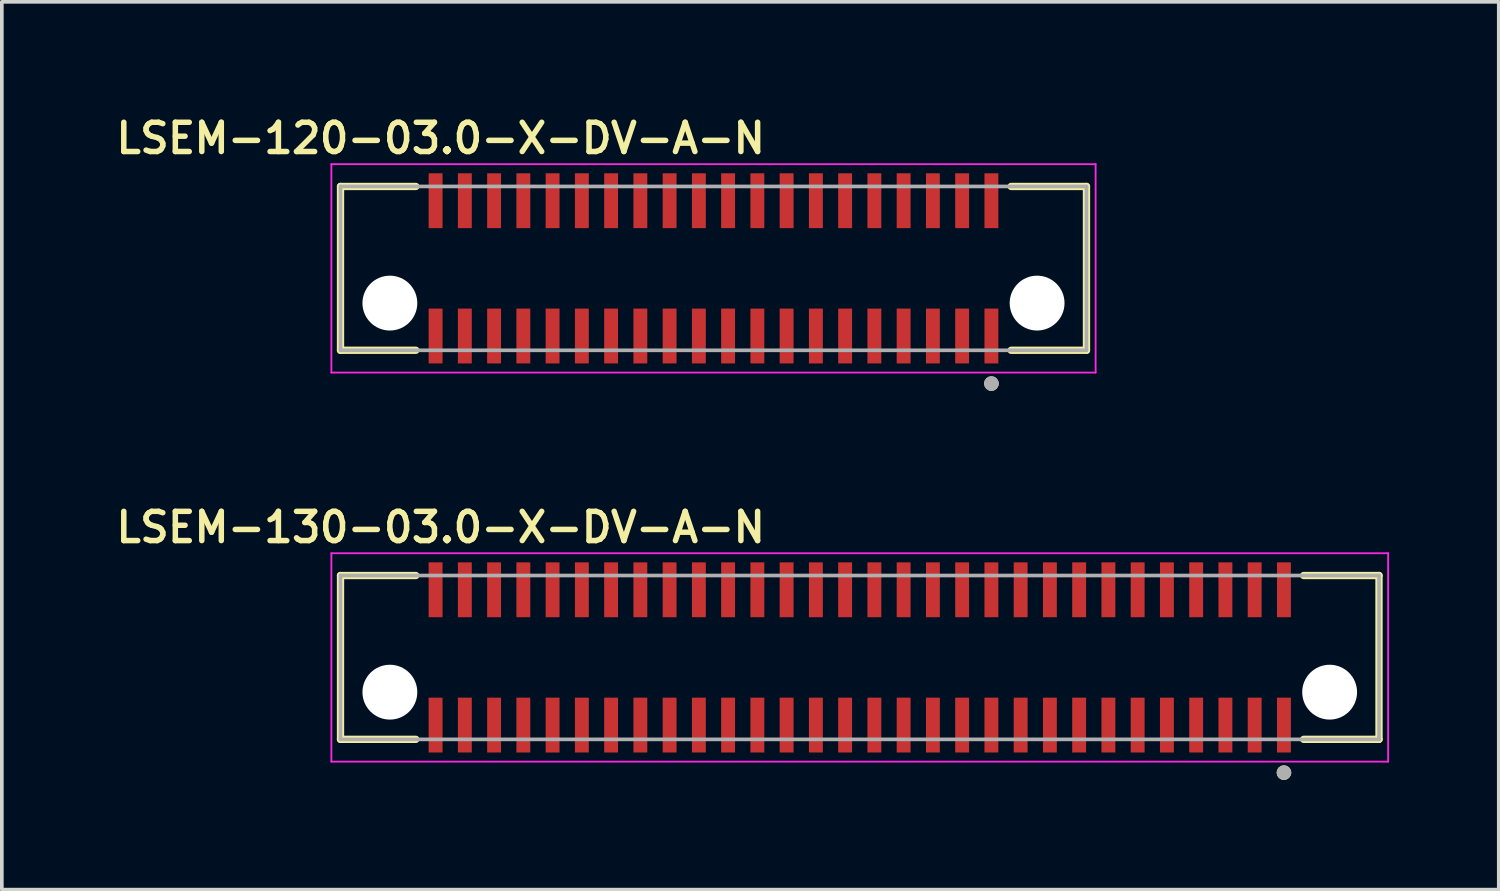
<source format=kicad_pcb>
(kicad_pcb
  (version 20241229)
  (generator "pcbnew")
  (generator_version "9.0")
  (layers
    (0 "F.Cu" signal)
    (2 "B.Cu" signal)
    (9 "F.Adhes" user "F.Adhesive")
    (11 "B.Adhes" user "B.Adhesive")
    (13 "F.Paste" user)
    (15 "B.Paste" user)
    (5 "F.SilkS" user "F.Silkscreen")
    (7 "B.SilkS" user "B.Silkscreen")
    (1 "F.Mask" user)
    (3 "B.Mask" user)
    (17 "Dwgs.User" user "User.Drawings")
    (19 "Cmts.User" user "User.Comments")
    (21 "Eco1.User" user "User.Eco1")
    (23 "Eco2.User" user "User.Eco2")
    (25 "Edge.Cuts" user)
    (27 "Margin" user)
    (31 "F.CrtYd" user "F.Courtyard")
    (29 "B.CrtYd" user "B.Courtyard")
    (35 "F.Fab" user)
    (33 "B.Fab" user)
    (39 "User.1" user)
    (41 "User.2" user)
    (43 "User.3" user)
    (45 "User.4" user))
  (footprint "LSEM-130-03.0-X-DV-A-N"
    (layer "F.Cu")
    (at 20.462 15.879)
    (property "Reference" "LSEM-130-03.0-X-DV-A-N" (at -11.46 -4.508 0) (layer "F.SilkS") (effects (font (size 0.8 0.8) (thickness 0.15))))
    (attr smd)
    (fp_line (start -14.2 -3.19) (end -14.2 1.29) (stroke (width 0.2) (type solid)) (layer "F.SilkS"))
    (fp_line (start -14.2 1.29) (end -12.14 1.29) (stroke (width 0.2) (type solid)) (layer "F.SilkS"))
    (fp_line (start -12.14 -3.19) (end -14.2 -3.19) (stroke (width 0.2) (type solid)) (layer "F.SilkS"))
    (fp_line (start 12.14 -3.19) (end 14.2 -3.19) (stroke (width 0.2) (type solid)) (layer "F.SilkS"))
    (fp_line (start 14.2 -3.19) (end 14.2 1.29) (stroke (width 0.2) (type solid)) (layer "F.SilkS"))
    (fp_line (start 14.2 1.29) (end 12.14 1.29) (stroke (width 0.2) (type solid)) (layer "F.SilkS"))
    (fp_circle (center 11.6 2.2) (end 11.7 2.2) (stroke (width 0.2) (type solid)) (fill no) (layer "F.SilkS"))
    (fp_line (start -14.45 -3.8) (end -14.45 1.9) (stroke (width 0.05) (type solid)) (layer "F.CrtYd"))
    (fp_line (start -14.45 1.9) (end 14.45 1.9) (stroke (width 0.05) (type solid)) (layer "F.CrtYd"))
    (fp_line (start 14.45 -3.8) (end -14.45 -3.8) (stroke (width 0.05) (type solid)) (layer "F.CrtYd"))
    (fp_line (start 14.45 1.9) (end 14.45 -3.8) (stroke (width 0.05) (type solid)) (layer "F.CrtYd"))
    (fp_line (start -14.2 -3.19) (end -14.2 1.29) (stroke (width 0.1) (type solid)) (layer "F.Fab"))
    (fp_line (start -14.2 1.29) (end 14.2 1.29) (stroke (width 0.1) (type solid)) (layer "F.Fab"))
    (fp_line (start 14.2 -3.19) (end -14.2 -3.19) (stroke (width 0.1) (type solid)) (layer "F.Fab"))
    (fp_line (start 14.2 1.29) (end 14.2 -3.19) (stroke (width 0.1) (type solid)) (layer "F.Fab"))
    (fp_circle (center 11.6 2.2) (end 11.7 2.2) (stroke (width 0.2) (type solid)) (fill no) (layer "F.Fab"))
    (pad "" np_thru_hole circle (at -12.85 0) (size 1.5 1.5) (drill 1.5) (layers "*.Cu" "*.Mask"))
    (pad "" np_thru_hole circle (at 12.85 0) (size 1.5 1.5) (drill 1.5) (layers "*.Cu" "*.Mask"))
    (pad "1" smd rect (at 11.6 0.9) (size 0.38 1.5) (layers "F.Cu" "F.Mask" "F.Paste"))
    (pad "2" smd rect (at 11.6 -2.8) (size 0.38 1.5) (layers "F.Cu" "F.Mask" "F.Paste"))
    (pad "3" smd rect (at 10.8 0.9) (size 0.38 1.5) (layers "F.Cu" "F.Mask" "F.Paste"))
    (pad "4" smd rect (at 10.8 -2.8) (size 0.38 1.5) (layers "F.Cu" "F.Mask" "F.Paste"))
    (pad "5" smd rect (at 10 0.9) (size 0.38 1.5) (layers "F.Cu" "F.Mask" "F.Paste"))
    (pad "6" smd rect (at 10 -2.8) (size 0.38 1.5) (layers "F.Cu" "F.Mask" "F.Paste"))
    (pad "7" smd rect (at 9.2 0.9) (size 0.38 1.5) (layers "F.Cu" "F.Mask" "F.Paste"))
    (pad "8" smd rect (at 9.2 -2.8) (size 0.38 1.5) (layers "F.Cu" "F.Mask" "F.Paste"))
    (pad "9" smd rect (at 8.4 0.9) (size 0.38 1.5) (layers "F.Cu" "F.Mask" "F.Paste"))
    (pad "10" smd rect (at 8.4 -2.8) (size 0.38 1.5) (layers "F.Cu" "F.Mask" "F.Paste"))
    (pad "11" smd rect (at 7.6 0.9) (size 0.38 1.5) (layers "F.Cu" "F.Mask" "F.Paste"))
    (pad "12" smd rect (at 7.6 -2.8) (size 0.38 1.5) (layers "F.Cu" "F.Mask" "F.Paste"))
    (pad "13" smd rect (at 6.8 0.9) (size 0.38 1.5) (layers "F.Cu" "F.Mask" "F.Paste"))
    (pad "14" smd rect (at 6.8 -2.8) (size 0.38 1.5) (layers "F.Cu" "F.Mask" "F.Paste"))
    (pad "15" smd rect (at 6 0.9) (size 0.38 1.5) (layers "F.Cu" "F.Mask" "F.Paste"))
    (pad "16" smd rect (at 6 -2.8) (size 0.38 1.5) (layers "F.Cu" "F.Mask" "F.Paste"))
    (pad "17" smd rect (at 5.2 0.9) (size 0.38 1.5) (layers "F.Cu" "F.Mask" "F.Paste"))
    (pad "18" smd rect (at 5.2 -2.8) (size 0.38 1.5) (layers "F.Cu" "F.Mask" "F.Paste"))
    (pad "19" smd rect (at 4.4 0.9) (size 0.38 1.5) (layers "F.Cu" "F.Mask" "F.Paste"))
    (pad "20" smd rect (at 4.4 -2.8) (size 0.38 1.5) (layers "F.Cu" "F.Mask" "F.Paste"))
    (pad "21" smd rect (at 3.6 0.9) (size 0.38 1.5) (layers "F.Cu" "F.Mask" "F.Paste"))
    (pad "22" smd rect (at 3.6 -2.8) (size 0.38 1.5) (layers "F.Cu" "F.Mask" "F.Paste"))
    (pad "23" smd rect (at 2.8 0.9) (size 0.38 1.5) (layers "F.Cu" "F.Mask" "F.Paste"))
    (pad "24" smd rect (at 2.8 -2.8) (size 0.38 1.5) (layers "F.Cu" "F.Mask" "F.Paste"))
    (pad "25" smd rect (at 2 0.9) (size 0.38 1.5) (layers "F.Cu" "F.Mask" "F.Paste"))
    (pad "26" smd rect (at 2 -2.8) (size 0.38 1.5) (layers "F.Cu" "F.Mask" "F.Paste"))
    (pad "27" smd rect (at 1.2 0.9) (size 0.38 1.5) (layers "F.Cu" "F.Mask" "F.Paste"))
    (pad "28" smd rect (at 1.2 -2.8) (size 0.38 1.5) (layers "F.Cu" "F.Mask" "F.Paste"))
    (pad "29" smd rect (at 0.4 0.9) (size 0.38 1.5) (layers "F.Cu" "F.Mask" "F.Paste"))
    (pad "30" smd rect (at 0.4 -2.8) (size 0.38 1.5) (layers "F.Cu" "F.Mask" "F.Paste"))
    (pad "31" smd rect (at -0.4 0.9) (size 0.38 1.5) (layers "F.Cu" "F.Mask" "F.Paste"))
    (pad "32" smd rect (at -0.4 -2.8) (size 0.38 1.5) (layers "F.Cu" "F.Mask" "F.Paste"))
    (pad "33" smd rect (at -1.2 0.9) (size 0.38 1.5) (layers "F.Cu" "F.Mask" "F.Paste"))
    (pad "34" smd rect (at -1.2 -2.8) (size 0.38 1.5) (layers "F.Cu" "F.Mask" "F.Paste"))
    (pad "35" smd rect (at -2 0.9) (size 0.38 1.5) (layers "F.Cu" "F.Mask" "F.Paste"))
    (pad "36" smd rect (at -2 -2.8) (size 0.38 1.5) (layers "F.Cu" "F.Mask" "F.Paste"))
    (pad "37" smd rect (at -2.8 0.9) (size 0.38 1.5) (layers "F.Cu" "F.Mask" "F.Paste"))
    (pad "38" smd rect (at -2.8 -2.8) (size 0.38 1.5) (layers "F.Cu" "F.Mask" "F.Paste"))
    (pad "39" smd rect (at -3.6 0.9) (size 0.38 1.5) (layers "F.Cu" "F.Mask" "F.Paste"))
    (pad "40" smd rect (at -3.6 -2.8) (size 0.38 1.5) (layers "F.Cu" "F.Mask" "F.Paste"))
    (pad "41" smd rect (at -4.4 0.9) (size 0.38 1.5) (layers "F.Cu" "F.Mask" "F.Paste"))
    (pad "42" smd rect (at -4.4 -2.8) (size 0.38 1.5) (layers "F.Cu" "F.Mask" "F.Paste"))
    (pad "43" smd rect (at -5.2 0.9) (size 0.38 1.5) (layers "F.Cu" "F.Mask" "F.Paste"))
    (pad "44" smd rect (at -5.2 -2.8) (size 0.38 1.5) (layers "F.Cu" "F.Mask" "F.Paste"))
    (pad "45" smd rect (at -6 0.9) (size 0.38 1.5) (layers "F.Cu" "F.Mask" "F.Paste"))
    (pad "46" smd rect (at -6 -2.8) (size 0.38 1.5) (layers "F.Cu" "F.Mask" "F.Paste"))
    (pad "47" smd rect (at -6.8 0.9) (size 0.38 1.5) (layers "F.Cu" "F.Mask" "F.Paste"))
    (pad "48" smd rect (at -6.8 -2.8) (size 0.38 1.5) (layers "F.Cu" "F.Mask" "F.Paste"))
    (pad "49" smd rect (at -7.6 0.9) (size 0.38 1.5) (layers "F.Cu" "F.Mask" "F.Paste"))
    (pad "50" smd rect (at -7.6 -2.8) (size 0.38 1.5) (layers "F.Cu" "F.Mask" "F.Paste"))
    (pad "51" smd rect (at -8.4 0.9) (size 0.38 1.5) (layers "F.Cu" "F.Mask" "F.Paste"))
    (pad "52" smd rect (at -8.4 -2.8) (size 0.38 1.5) (layers "F.Cu" "F.Mask" "F.Paste"))
    (pad "53" smd rect (at -9.2 0.9) (size 0.38 1.5) (layers "F.Cu" "F.Mask" "F.Paste"))
    (pad "54" smd rect (at -9.2 -2.8) (size 0.38 1.5) (layers "F.Cu" "F.Mask" "F.Paste"))
    (pad "55" smd rect (at -10 0.9) (size 0.38 1.5) (layers "F.Cu" "F.Mask" "F.Paste"))
    (pad "56" smd rect (at -10 -2.8) (size 0.38 1.5) (layers "F.Cu" "F.Mask" "F.Paste"))
    (pad "57" smd rect (at -10.8 0.9) (size 0.38 1.5) (layers "F.Cu" "F.Mask" "F.Paste"))
    (pad "58" smd rect (at -10.8 -2.8) (size 0.38 1.5) (layers "F.Cu" "F.Mask" "F.Paste"))
    (pad "59" smd rect (at -11.6 0.9) (size 0.38 1.5) (layers "F.Cu" "F.Mask" "F.Paste"))
    (pad "60" smd rect (at -11.6 -2.8) (size 0.38 1.5) (layers "F.Cu" "F.Mask" "F.Paste")))
  (footprint "LSEM-120-03.0-X-DV-A-N"
    (layer "F.Cu")
    (at 16.462 5.239)
    (property "Reference" "LSEM-120-03.0-X-DV-A-N" (at -7.46 -4.508 0) (layer "F.SilkS") (effects (font (size 0.8 0.8) (thickness 0.15))))
    (attr smd)
    (fp_line (start -10.2 -3.19) (end -10.2 1.29) (stroke (width 0.2) (type solid)) (layer "F.SilkS"))
    (fp_line (start -10.2 1.29) (end -8.14 1.29) (stroke (width 0.2) (type solid)) (layer "F.SilkS"))
    (fp_line (start -8.14 -3.19) (end -10.2 -3.19) (stroke (width 0.2) (type solid)) (layer "F.SilkS"))
    (fp_line (start 8.14 -3.19) (end 10.2 -3.19) (stroke (width 0.2) (type solid)) (layer "F.SilkS"))
    (fp_line (start 10.2 -3.19) (end 10.2 1.29) (stroke (width 0.2) (type solid)) (layer "F.SilkS"))
    (fp_line (start 10.2 1.29) (end 8.14 1.29) (stroke (width 0.2) (type solid)) (layer "F.SilkS"))
    (fp_circle (center 7.6 2.2) (end 7.7 2.2) (stroke (width 0.2) (type solid)) (fill no) (layer "F.SilkS"))
    (fp_line (start -10.45 -3.8) (end -10.45 1.9) (stroke (width 0.05) (type solid)) (layer "F.CrtYd"))
    (fp_line (start -10.45 1.9) (end 10.45 1.9) (stroke (width 0.05) (type solid)) (layer "F.CrtYd"))
    (fp_line (start 10.45 -3.8) (end -10.45 -3.8) (stroke (width 0.05) (type solid)) (layer "F.CrtYd"))
    (fp_line (start 10.45 1.9) (end 10.45 -3.8) (stroke (width 0.05) (type solid)) (layer "F.CrtYd"))
    (fp_line (start -10.2 -3.19) (end -10.2 1.29) (stroke (width 0.1) (type solid)) (layer "F.Fab"))
    (fp_line (start -10.2 1.29) (end 10.2 1.29) (stroke (width 0.1) (type solid)) (layer "F.Fab"))
    (fp_line (start 10.2 -3.19) (end -10.2 -3.19) (stroke (width 0.1) (type solid)) (layer "F.Fab"))
    (fp_line (start 10.2 1.29) (end 10.2 -3.19) (stroke (width 0.1) (type solid)) (layer "F.Fab"))
    (fp_circle (center 7.6 2.2) (end 7.7 2.2) (stroke (width 0.2) (type solid)) (fill no) (layer "F.Fab"))
    (pad "" np_thru_hole circle (at -8.85 0) (size 1.5 1.5) (drill 1.5) (layers "*.Cu" "*.Mask"))
    (pad "" np_thru_hole circle (at 8.85 0) (size 1.5 1.5) (drill 1.5) (layers "*.Cu" "*.Mask"))
    (pad "1" smd rect (at 7.6 0.9) (size 0.38 1.5) (layers "F.Cu" "F.Mask" "F.Paste"))
    (pad "2" smd rect (at 7.6 -2.8) (size 0.38 1.5) (layers "F.Cu" "F.Mask" "F.Paste"))
    (pad "3" smd rect (at 6.8 0.9) (size 0.38 1.5) (layers "F.Cu" "F.Mask" "F.Paste"))
    (pad "4" smd rect (at 6.8 -2.8) (size 0.38 1.5) (layers "F.Cu" "F.Mask" "F.Paste"))
    (pad "5" smd rect (at 6 0.9) (size 0.38 1.5) (layers "F.Cu" "F.Mask" "F.Paste"))
    (pad "6" smd rect (at 6 -2.8) (size 0.38 1.5) (layers "F.Cu" "F.Mask" "F.Paste"))
    (pad "7" smd rect (at 5.2 0.9) (size 0.38 1.5) (layers "F.Cu" "F.Mask" "F.Paste"))
    (pad "8" smd rect (at 5.2 -2.8) (size 0.38 1.5) (layers "F.Cu" "F.Mask" "F.Paste"))
    (pad "9" smd rect (at 4.4 0.9) (size 0.38 1.5) (layers "F.Cu" "F.Mask" "F.Paste"))
    (pad "10" smd rect (at 4.4 -2.8) (size 0.38 1.5) (layers "F.Cu" "F.Mask" "F.Paste"))
    (pad "11" smd rect (at 3.6 0.9) (size 0.38 1.5) (layers "F.Cu" "F.Mask" "F.Paste"))
    (pad "12" smd rect (at 3.6 -2.8) (size 0.38 1.5) (layers "F.Cu" "F.Mask" "F.Paste"))
    (pad "13" smd rect (at 2.8 0.9) (size 0.38 1.5) (layers "F.Cu" "F.Mask" "F.Paste"))
    (pad "14" smd rect (at 2.8 -2.8) (size 0.38 1.5) (layers "F.Cu" "F.Mask" "F.Paste"))
    (pad "15" smd rect (at 2 0.9) (size 0.38 1.5) (layers "F.Cu" "F.Mask" "F.Paste"))
    (pad "16" smd rect (at 2 -2.8) (size 0.38 1.5) (layers "F.Cu" "F.Mask" "F.Paste"))
    (pad "17" smd rect (at 1.2 0.9) (size 0.38 1.5) (layers "F.Cu" "F.Mask" "F.Paste"))
    (pad "18" smd rect (at 1.2 -2.8) (size 0.38 1.5) (layers "F.Cu" "F.Mask" "F.Paste"))
    (pad "19" smd rect (at 0.4 0.9) (size 0.38 1.5) (layers "F.Cu" "F.Mask" "F.Paste"))
    (pad "20" smd rect (at 0.4 -2.8) (size 0.38 1.5) (layers "F.Cu" "F.Mask" "F.Paste"))
    (pad "21" smd rect (at -0.4 0.9) (size 0.38 1.5) (layers "F.Cu" "F.Mask" "F.Paste"))
    (pad "22" smd rect (at -0.4 -2.8) (size 0.38 1.5) (layers "F.Cu" "F.Mask" "F.Paste"))
    (pad "23" smd rect (at -1.2 0.9) (size 0.38 1.5) (layers "F.Cu" "F.Mask" "F.Paste"))
    (pad "24" smd rect (at -1.2 -2.8) (size 0.38 1.5) (layers "F.Cu" "F.Mask" "F.Paste"))
    (pad "25" smd rect (at -2 0.9) (size 0.38 1.5) (layers "F.Cu" "F.Mask" "F.Paste"))
    (pad "26" smd rect (at -2 -2.8) (size 0.38 1.5) (layers "F.Cu" "F.Mask" "F.Paste"))
    (pad "27" smd rect (at -2.8 0.9) (size 0.38 1.5) (layers "F.Cu" "F.Mask" "F.Paste"))
    (pad "28" smd rect (at -2.8 -2.8) (size 0.38 1.5) (layers "F.Cu" "F.Mask" "F.Paste"))
    (pad "29" smd rect (at -3.6 0.9) (size 0.38 1.5) (layers "F.Cu" "F.Mask" "F.Paste"))
    (pad "30" smd rect (at -3.6 -2.8) (size 0.38 1.5) (layers "F.Cu" "F.Mask" "F.Paste"))
    (pad "31" smd rect (at -4.4 0.9) (size 0.38 1.5) (layers "F.Cu" "F.Mask" "F.Paste"))
    (pad "32" smd rect (at -4.4 -2.8) (size 0.38 1.5) (layers "F.Cu" "F.Mask" "F.Paste"))
    (pad "33" smd rect (at -5.2 0.9) (size 0.38 1.5) (layers "F.Cu" "F.Mask" "F.Paste"))
    (pad "34" smd rect (at -5.2 -2.8) (size 0.38 1.5) (layers "F.Cu" "F.Mask" "F.Paste"))
    (pad "35" smd rect (at -6 0.9) (size 0.38 1.5) (layers "F.Cu" "F.Mask" "F.Paste"))
    (pad "36" smd rect (at -6 -2.8) (size 0.38 1.5) (layers "F.Cu" "F.Mask" "F.Paste"))
    (pad "37" smd rect (at -6.8 0.9) (size 0.38 1.5) (layers "F.Cu" "F.Mask" "F.Paste"))
    (pad "38" smd rect (at -6.8 -2.8) (size 0.38 1.5) (layers "F.Cu" "F.Mask" "F.Paste"))
    (pad "39" smd rect (at -7.6 0.9) (size 0.38 1.5) (layers "F.Cu" "F.Mask" "F.Paste"))
    (pad "40" smd rect (at -7.6 -2.8) (size 0.38 1.5) (layers "F.Cu" "F.Mask" "F.Paste")))
  (gr_rect
    (start -3 -3)
    (end 37.937 21.279)
    (stroke (width 0.1) (type default))
    (fill no)
    (layer "Edge.Cuts")))
</source>
